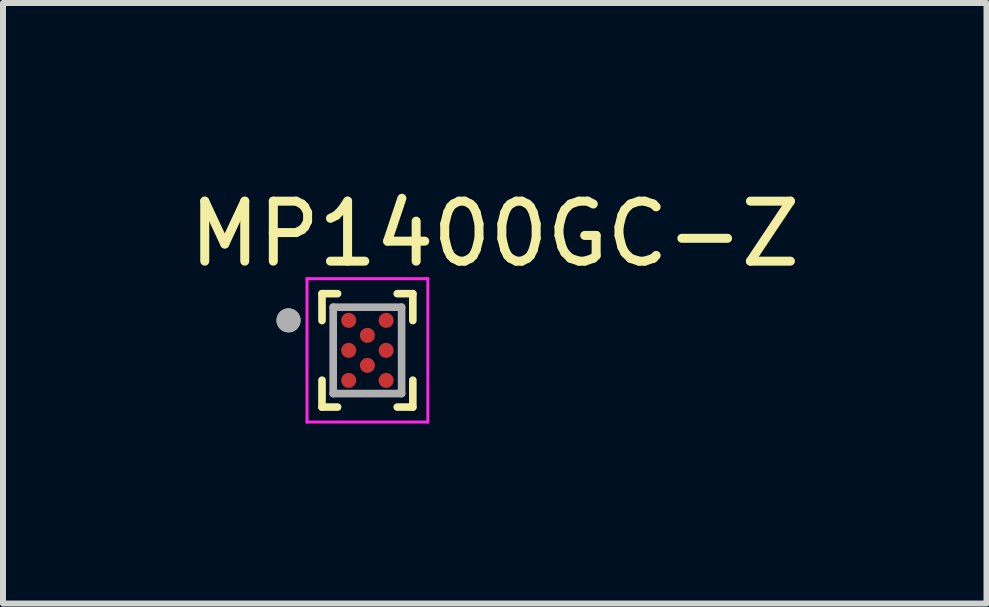
<source format=kicad_pcb>
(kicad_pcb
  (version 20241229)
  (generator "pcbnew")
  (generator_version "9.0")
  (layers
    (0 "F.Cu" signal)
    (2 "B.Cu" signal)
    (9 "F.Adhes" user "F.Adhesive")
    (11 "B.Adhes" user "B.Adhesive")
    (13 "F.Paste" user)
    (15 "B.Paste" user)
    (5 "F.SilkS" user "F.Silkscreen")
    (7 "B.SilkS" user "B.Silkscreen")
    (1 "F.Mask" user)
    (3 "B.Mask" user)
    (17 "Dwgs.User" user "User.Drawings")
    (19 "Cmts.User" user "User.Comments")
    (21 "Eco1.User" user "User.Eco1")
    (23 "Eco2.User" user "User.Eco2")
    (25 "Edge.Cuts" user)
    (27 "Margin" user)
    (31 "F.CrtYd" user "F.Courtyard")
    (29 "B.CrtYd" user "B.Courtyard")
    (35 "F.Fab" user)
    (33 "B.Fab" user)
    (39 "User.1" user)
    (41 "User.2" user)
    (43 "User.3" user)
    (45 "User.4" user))
  (footprint "MP1400GC-Z"
    (layer "F.Cu")
    (at 3.074 2.79)
    (property "Reference" "MP1400GC-Z" (at 2.122 -1.942 0) (layer "F.SilkS") (effects (font (size 1 1) (thickness 0.15))))
    (attr smd)
    (fp_poly (pts (xy -0.487 -0.5) (xy -0.487 -0.509) (xy -0.486 -0.518) (xy -0.485 -0.527) (xy -0.483 -0.536) (xy -0.481 -0.545) (xy -0.478 -0.554) (xy -0.475 -0.563) (xy -0.472 -0.571) (xy -0.468 -0.579) (xy -0.464 -0.588) (xy -0.459 -0.595) (xy -0.454 -0.603) (xy -0.448 -0.61) (xy -0.442 -0.617) (xy -0.436 -0.624) (xy -0.429 -0.63) (xy -0.422 -0.636) (xy -0.415 -0.642) (xy -0.407 -0.647) (xy -0.399 -0.652) (xy -0.391 -0.656) (xy -0.383 -0.66) (xy -0.375 -0.663) (xy -0.366 -0.666) (xy -0.357 -0.669) (xy -0.348 -0.671) (xy -0.339 -0.673) (xy -0.33 -0.674) (xy -0.321 -0.675) (xy -0.312 -0.675) (xy -0.303 -0.675) (xy -0.294 -0.674) (xy -0.285 -0.673) (xy -0.276 -0.671) (xy -0.267 -0.669) (xy -0.258 -0.666) (xy -0.249 -0.663) (xy -0.241 -0.66) (xy -0.233 -0.656) (xy -0.225 -0.652) (xy -0.217 -0.647) (xy -0.209 -0.642) (xy -0.202 -0.636) (xy -0.195 -0.63) (xy -0.188 -0.624) (xy -0.182 -0.617) (xy -0.176 -0.61) (xy -0.17 -0.603) (xy -0.165 -0.595) (xy -0.16 -0.588) (xy -0.156 -0.579) (xy -0.152 -0.571) (xy -0.149 -0.563) (xy -0.146 -0.554) (xy -0.143 -0.545) (xy -0.141 -0.536) (xy -0.139 -0.527) (xy -0.138 -0.518) (xy -0.137 -0.509) (xy -0.137 -0.5) (xy -0.137 -0.491) (xy -0.138 -0.482) (xy -0.139 -0.473) (xy -0.141 -0.464) (xy -0.143 -0.455) (xy -0.146 -0.446) (xy -0.149 -0.437) (xy -0.152 -0.429) (xy -0.156 -0.421) (xy -0.16 -0.412) (xy -0.165 -0.405) (xy -0.17 -0.397) (xy -0.176 -0.39) (xy -0.182 -0.383) (xy -0.188 -0.376) (xy -0.195 -0.37) (xy -0.202 -0.364) (xy -0.209 -0.358) (xy -0.217 -0.353) (xy -0.225 -0.348) (xy -0.233 -0.344) (xy -0.241 -0.34) (xy -0.249 -0.337) (xy -0.258 -0.334) (xy -0.267 -0.331) (xy -0.276 -0.329) (xy -0.285 -0.327) (xy -0.294 -0.326) (xy -0.303 -0.325) (xy -0.312 -0.325) (xy -0.321 -0.325) (xy -0.33 -0.326) (xy -0.339 -0.327) (xy -0.348 -0.329) (xy -0.357 -0.331) (xy -0.366 -0.334) (xy -0.375 -0.337) (xy -0.383 -0.34) (xy -0.391 -0.344) (xy -0.4 -0.348) (xy -0.407 -0.353) (xy -0.415 -0.358) (xy -0.422 -0.364) (xy -0.429 -0.37) (xy -0.436 -0.376) (xy -0.442 -0.383) (xy -0.448 -0.39) (xy -0.454 -0.397) (xy -0.459 -0.405) (xy -0.464 -0.412) (xy -0.468 -0.421) (xy -0.472 -0.429) (xy -0.475 -0.437) (xy -0.478 -0.446) (xy -0.481 -0.455) (xy -0.483 -0.464) (xy -0.485 -0.473) (xy -0.486 -0.482) (xy -0.487 -0.491) (xy -0.487 -0.5)) (stroke (width 0.001) (type solid)) (fill yes) (layer "F.Mask"))
    (fp_poly (pts (xy -0.487 0) (xy -0.487 -0.009) (xy -0.486 -0.018) (xy -0.485 -0.027) (xy -0.483 -0.036) (xy -0.481 -0.045) (xy -0.478 -0.054) (xy -0.475 -0.063) (xy -0.472 -0.071) (xy -0.468 -0.079) (xy -0.464 -0.087) (xy -0.459 -0.095) (xy -0.454 -0.103) (xy -0.448 -0.11) (xy -0.442 -0.117) (xy -0.436 -0.124) (xy -0.429 -0.13) (xy -0.422 -0.136) (xy -0.415 -0.142) (xy -0.407 -0.147) (xy -0.399 -0.152) (xy -0.391 -0.156) (xy -0.383 -0.16) (xy -0.375 -0.163) (xy -0.366 -0.166) (xy -0.357 -0.169) (xy -0.348 -0.171) (xy -0.339 -0.173) (xy -0.33 -0.174) (xy -0.321 -0.175) (xy -0.312 -0.175) (xy -0.303 -0.175) (xy -0.294 -0.174) (xy -0.285 -0.173) (xy -0.276 -0.171) (xy -0.267 -0.169) (xy -0.258 -0.166) (xy -0.249 -0.163) (xy -0.241 -0.16) (xy -0.233 -0.156) (xy -0.225 -0.152) (xy -0.217 -0.147) (xy -0.209 -0.142) (xy -0.202 -0.136) (xy -0.195 -0.13) (xy -0.188 -0.124) (xy -0.182 -0.117) (xy -0.176 -0.11) (xy -0.17 -0.103) (xy -0.165 -0.095) (xy -0.16 -0.087) (xy -0.156 -0.079) (xy -0.152 -0.071) (xy -0.149 -0.063) (xy -0.146 -0.054) (xy -0.143 -0.045) (xy -0.141 -0.036) (xy -0.139 -0.027) (xy -0.138 -0.018) (xy -0.137 -0.009) (xy -0.137 0) (xy -0.137 0.009) (xy -0.138 0.018) (xy -0.139 0.027) (xy -0.141 0.036) (xy -0.143 0.045) (xy -0.146 0.054) (xy -0.149 0.063) (xy -0.152 0.071) (xy -0.156 0.079) (xy -0.16 0.087) (xy -0.165 0.095) (xy -0.17 0.103) (xy -0.176 0.11) (xy -0.182 0.117) (xy -0.188 0.124) (xy -0.195 0.13) (xy -0.202 0.136) (xy -0.209 0.142) (xy -0.217 0.147) (xy -0.225 0.152) (xy -0.233 0.156) (xy -0.241 0.16) (xy -0.249 0.163) (xy -0.258 0.166) (xy -0.267 0.169) (xy -0.276 0.171) (xy -0.285 0.173) (xy -0.294 0.174) (xy -0.303 0.175) (xy -0.312 0.175) (xy -0.321 0.175) (xy -0.33 0.174) (xy -0.339 0.173) (xy -0.348 0.171) (xy -0.357 0.169) (xy -0.366 0.166) (xy -0.375 0.163) (xy -0.383 0.16) (xy -0.391 0.156) (xy -0.399 0.152) (xy -0.407 0.147) (xy -0.415 0.142) (xy -0.422 0.136) (xy -0.429 0.13) (xy -0.436 0.124) (xy -0.442 0.117) (xy -0.448 0.11) (xy -0.454 0.103) (xy -0.459 0.095) (xy -0.464 0.087) (xy -0.468 0.079) (xy -0.472 0.071) (xy -0.475 0.063) (xy -0.478 0.054) (xy -0.481 0.045) (xy -0.483 0.036) (xy -0.485 0.027) (xy -0.486 0.018) (xy -0.487 0.009) (xy -0.487 0)) (stroke (width 0.001) (type solid)) (fill yes) (layer "F.Mask"))
    (fp_poly (pts (xy -0.487 0.5) (xy -0.487 0.491) (xy -0.486 0.482) (xy -0.485 0.473) (xy -0.483 0.464) (xy -0.481 0.455) (xy -0.478 0.446) (xy -0.475 0.437) (xy -0.472 0.429) (xy -0.468 0.421) (xy -0.464 0.412) (xy -0.459 0.405) (xy -0.454 0.397) (xy -0.448 0.39) (xy -0.442 0.383) (xy -0.436 0.376) (xy -0.429 0.37) (xy -0.422 0.364) (xy -0.415 0.358) (xy -0.407 0.353) (xy -0.399 0.348) (xy -0.391 0.344) (xy -0.383 0.34) (xy -0.375 0.337) (xy -0.366 0.334) (xy -0.357 0.331) (xy -0.348 0.329) (xy -0.339 0.327) (xy -0.33 0.326) (xy -0.321 0.325) (xy -0.312 0.325) (xy -0.303 0.325) (xy -0.294 0.326) (xy -0.285 0.327) (xy -0.276 0.329) (xy -0.267 0.331) (xy -0.258 0.334) (xy -0.249 0.337) (xy -0.241 0.34) (xy -0.233 0.344) (xy -0.225 0.348) (xy -0.217 0.353) (xy -0.209 0.358) (xy -0.202 0.364) (xy -0.195 0.37) (xy -0.188 0.376) (xy -0.182 0.383) (xy -0.176 0.39) (xy -0.17 0.397) (xy -0.165 0.405) (xy -0.16 0.412) (xy -0.156 0.421) (xy -0.152 0.429) (xy -0.149 0.437) (xy -0.146 0.446) (xy -0.143 0.455) (xy -0.141 0.464) (xy -0.139 0.473) (xy -0.138 0.482) (xy -0.137 0.491) (xy -0.137 0.5) (xy -0.137 0.509) (xy -0.138 0.518) (xy -0.139 0.527) (xy -0.141 0.536) (xy -0.143 0.545) (xy -0.146 0.554) (xy -0.149 0.563) (xy -0.152 0.571) (xy -0.156 0.579) (xy -0.16 0.588) (xy -0.165 0.595) (xy -0.17 0.603) (xy -0.176 0.61) (xy -0.182 0.617) (xy -0.188 0.624) (xy -0.195 0.63) (xy -0.202 0.636) (xy -0.209 0.642) (xy -0.217 0.647) (xy -0.225 0.652) (xy -0.233 0.656) (xy -0.241 0.66) (xy -0.249 0.663) (xy -0.258 0.666) (xy -0.267 0.669) (xy -0.276 0.671) (xy -0.285 0.673) (xy -0.294 0.674) (xy -0.303 0.675) (xy -0.312 0.675) (xy -0.321 0.675) (xy -0.33 0.674) (xy -0.339 0.673) (xy -0.348 0.671) (xy -0.357 0.669) (xy -0.366 0.666) (xy -0.375 0.663) (xy -0.383 0.66) (xy -0.391 0.656) (xy -0.4 0.652) (xy -0.407 0.647) (xy -0.415 0.642) (xy -0.422 0.636) (xy -0.429 0.63) (xy -0.436 0.624) (xy -0.442 0.617) (xy -0.448 0.61) (xy -0.454 0.603) (xy -0.459 0.595) (xy -0.464 0.588) (xy -0.468 0.579) (xy -0.472 0.571) (xy -0.475 0.563) (xy -0.478 0.554) (xy -0.481 0.545) (xy -0.483 0.536) (xy -0.485 0.527) (xy -0.486 0.518) (xy -0.487 0.509) (xy -0.487 0.5)) (stroke (width 0.001) (type solid)) (fill yes) (layer "F.Mask"))
    (fp_poly (pts (xy -0.175 -0.25) (xy -0.175 -0.259) (xy -0.174 -0.268) (xy -0.173 -0.277) (xy -0.171 -0.286) (xy -0.169 -0.295) (xy -0.166 -0.304) (xy -0.163 -0.313) (xy -0.16 -0.321) (xy -0.156 -0.329) (xy -0.152 -0.338) (xy -0.147 -0.345) (xy -0.142 -0.353) (xy -0.136 -0.36) (xy -0.13 -0.367) (xy -0.124 -0.374) (xy -0.117 -0.38) (xy -0.11 -0.386) (xy -0.103 -0.392) (xy -0.095 -0.397) (xy -0.087 -0.402) (xy -0.079 -0.406) (xy -0.071 -0.41) (xy -0.063 -0.413) (xy -0.054 -0.416) (xy -0.045 -0.419) (xy -0.036 -0.421) (xy -0.027 -0.423) (xy -0.018 -0.424) (xy -0.009 -0.425) (xy 0 -0.425) (xy 0.009 -0.425) (xy 0.018 -0.424) (xy 0.027 -0.423) (xy 0.036 -0.421) (xy 0.045 -0.419) (xy 0.054 -0.416) (xy 0.063 -0.413) (xy 0.071 -0.41) (xy 0.079 -0.406) (xy 0.087 -0.402) (xy 0.095 -0.397) (xy 0.103 -0.392) (xy 0.11 -0.386) (xy 0.117 -0.38) (xy 0.124 -0.374) (xy 0.13 -0.367) (xy 0.136 -0.36) (xy 0.142 -0.353) (xy 0.147 -0.345) (xy 0.152 -0.338) (xy 0.156 -0.329) (xy 0.16 -0.321) (xy 0.163 -0.313) (xy 0.166 -0.304) (xy 0.169 -0.295) (xy 0.171 -0.286) (xy 0.173 -0.277) (xy 0.174 -0.268) (xy 0.175 -0.259) (xy 0.175 -0.25) (xy 0.175 -0.241) (xy 0.174 -0.232) (xy 0.173 -0.223) (xy 0.171 -0.214) (xy 0.169 -0.205) (xy 0.166 -0.196) (xy 0.163 -0.187) (xy 0.16 -0.179) (xy 0.156 -0.171) (xy 0.152 -0.163) (xy 0.147 -0.155) (xy 0.142 -0.147) (xy 0.136 -0.14) (xy 0.13 -0.133) (xy 0.124 -0.126) (xy 0.117 -0.12) (xy 0.11 -0.114) (xy 0.103 -0.108) (xy 0.095 -0.103) (xy 0.087 -0.098) (xy 0.079 -0.094) (xy 0.071 -0.09) (xy 0.063 -0.087) (xy 0.054 -0.084) (xy 0.045 -0.081) (xy 0.036 -0.079) (xy 0.027 -0.077) (xy 0.018 -0.076) (xy 0.009 -0.075) (xy 0 -0.075) (xy -0.009 -0.075) (xy -0.018 -0.076) (xy -0.027 -0.077) (xy -0.036 -0.079) (xy -0.045 -0.081) (xy -0.054 -0.084) (xy -0.063 -0.087) (xy -0.071 -0.09) (xy -0.079 -0.094) (xy -0.088 -0.098) (xy -0.095 -0.103) (xy -0.103 -0.108) (xy -0.11 -0.114) (xy -0.117 -0.12) (xy -0.124 -0.126) (xy -0.13 -0.133) (xy -0.136 -0.14) (xy -0.142 -0.147) (xy -0.147 -0.155) (xy -0.152 -0.162) (xy -0.156 -0.171) (xy -0.16 -0.179) (xy -0.163 -0.187) (xy -0.166 -0.196) (xy -0.169 -0.205) (xy -0.171 -0.214) (xy -0.173 -0.223) (xy -0.174 -0.232) (xy -0.175 -0.241) (xy -0.175 -0.25)) (stroke (width 0.001) (type solid)) (fill yes) (layer "F.Mask"))
    (fp_poly (pts (xy -0.175 0.25) (xy -0.175 0.241) (xy -0.174 0.232) (xy -0.173 0.223) (xy -0.171 0.214) (xy -0.169 0.205) (xy -0.166 0.196) (xy -0.163 0.187) (xy -0.16 0.179) (xy -0.156 0.171) (xy -0.152 0.163) (xy -0.147 0.155) (xy -0.142 0.147) (xy -0.136 0.14) (xy -0.13 0.133) (xy -0.124 0.126) (xy -0.117 0.12) (xy -0.11 0.114) (xy -0.103 0.108) (xy -0.095 0.103) (xy -0.087 0.098) (xy -0.079 0.094) (xy -0.071 0.09) (xy -0.063 0.087) (xy -0.054 0.084) (xy -0.045 0.081) (xy -0.036 0.079) (xy -0.027 0.077) (xy -0.018 0.076) (xy -0.009 0.075) (xy 0 0.075) (xy 0.009 0.075) (xy 0.018 0.076) (xy 0.027 0.077) (xy 0.036 0.079) (xy 0.045 0.081) (xy 0.054 0.084) (xy 0.063 0.087) (xy 0.071 0.09) (xy 0.079 0.094) (xy 0.087 0.098) (xy 0.095 0.103) (xy 0.103 0.108) (xy 0.11 0.114) (xy 0.117 0.12) (xy 0.124 0.126) (xy 0.13 0.133) (xy 0.136 0.14) (xy 0.142 0.147) (xy 0.147 0.155) (xy 0.152 0.163) (xy 0.156 0.171) (xy 0.16 0.179) (xy 0.163 0.187) (xy 0.166 0.196) (xy 0.169 0.205) (xy 0.171 0.214) (xy 0.173 0.223) (xy 0.174 0.232) (xy 0.175 0.241) (xy 0.175 0.25) (xy 0.175 0.259) (xy 0.174 0.268) (xy 0.173 0.277) (xy 0.171 0.286) (xy 0.169 0.295) (xy 0.166 0.304) (xy 0.163 0.313) (xy 0.16 0.321) (xy 0.156 0.329) (xy 0.152 0.338) (xy 0.147 0.345) (xy 0.142 0.353) (xy 0.136 0.36) (xy 0.13 0.367) (xy 0.124 0.374) (xy 0.117 0.38) (xy 0.11 0.386) (xy 0.103 0.392) (xy 0.095 0.397) (xy 0.087 0.402) (xy 0.079 0.406) (xy 0.071 0.41) (xy 0.063 0.413) (xy 0.054 0.416) (xy 0.045 0.419) (xy 0.036 0.421) (xy 0.027 0.423) (xy 0.018 0.424) (xy 0.009 0.425) (xy 0 0.425) (xy -0.009 0.425) (xy -0.018 0.424) (xy -0.027 0.423) (xy -0.036 0.421) (xy -0.045 0.419) (xy -0.054 0.416) (xy -0.063 0.413) (xy -0.071 0.41) (xy -0.079 0.406) (xy -0.088 0.402) (xy -0.095 0.397) (xy -0.103 0.392) (xy -0.11 0.386) (xy -0.117 0.38) (xy -0.124 0.374) (xy -0.13 0.367) (xy -0.136 0.36) (xy -0.142 0.353) (xy -0.147 0.345) (xy -0.152 0.338) (xy -0.156 0.329) (xy -0.16 0.321) (xy -0.163 0.313) (xy -0.166 0.304) (xy -0.169 0.295) (xy -0.171 0.286) (xy -0.173 0.277) (xy -0.174 0.268) (xy -0.175 0.259) (xy -0.175 0.25)) (stroke (width 0.001) (type solid)) (fill yes) (layer "F.Mask"))
    (fp_poly (pts (xy 0.137 -0.5) (xy 0.137 -0.509) (xy 0.138 -0.518) (xy 0.139 -0.527) (xy 0.141 -0.536) (xy 0.143 -0.545) (xy 0.146 -0.554) (xy 0.149 -0.563) (xy 0.152 -0.571) (xy 0.156 -0.579) (xy 0.16 -0.588) (xy 0.165 -0.595) (xy 0.17 -0.603) (xy 0.176 -0.61) (xy 0.182 -0.617) (xy 0.188 -0.624) (xy 0.195 -0.63) (xy 0.202 -0.636) (xy 0.209 -0.642) (xy 0.217 -0.647) (xy 0.225 -0.652) (xy 0.233 -0.656) (xy 0.241 -0.66) (xy 0.249 -0.663) (xy 0.258 -0.666) (xy 0.267 -0.669) (xy 0.276 -0.671) (xy 0.285 -0.673) (xy 0.294 -0.674) (xy 0.303 -0.675) (xy 0.312 -0.675) (xy 0.321 -0.675) (xy 0.33 -0.674) (xy 0.339 -0.673) (xy 0.348 -0.671) (xy 0.357 -0.669) (xy 0.366 -0.666) (xy 0.375 -0.663) (xy 0.383 -0.66) (xy 0.391 -0.656) (xy 0.399 -0.652) (xy 0.407 -0.647) (xy 0.415 -0.642) (xy 0.422 -0.636) (xy 0.429 -0.63) (xy 0.436 -0.624) (xy 0.442 -0.617) (xy 0.448 -0.61) (xy 0.454 -0.603) (xy 0.459 -0.595) (xy 0.464 -0.588) (xy 0.468 -0.579) (xy 0.472 -0.571) (xy 0.475 -0.563) (xy 0.478 -0.554) (xy 0.481 -0.545) (xy 0.483 -0.536) (xy 0.485 -0.527) (xy 0.486 -0.518) (xy 0.487 -0.509) (xy 0.487 -0.5) (xy 0.487 -0.491) (xy 0.486 -0.482) (xy 0.485 -0.473) (xy 0.483 -0.464) (xy 0.481 -0.455) (xy 0.478 -0.446) (xy 0.475 -0.437) (xy 0.472 -0.429) (xy 0.468 -0.421) (xy 0.464 -0.412) (xy 0.459 -0.405) (xy 0.454 -0.397) (xy 0.448 -0.39) (xy 0.442 -0.383) (xy 0.436 -0.376) (xy 0.429 -0.37) (xy 0.422 -0.364) (xy 0.415 -0.358) (xy 0.407 -0.353) (xy 0.399 -0.348) (xy 0.391 -0.344) (xy 0.383 -0.34) (xy 0.375 -0.337) (xy 0.366 -0.334) (xy 0.357 -0.331) (xy 0.348 -0.329) (xy 0.339 -0.327) (xy 0.33 -0.326) (xy 0.321 -0.325) (xy 0.312 -0.325) (xy 0.303 -0.325) (xy 0.294 -0.326) (xy 0.285 -0.327) (xy 0.276 -0.329) (xy 0.267 -0.331) (xy 0.258 -0.334) (xy 0.249 -0.337) (xy 0.241 -0.34) (xy 0.233 -0.344) (xy 0.224 -0.348) (xy 0.217 -0.353) (xy 0.209 -0.358) (xy 0.202 -0.364) (xy 0.195 -0.37) (xy 0.188 -0.376) (xy 0.182 -0.383) (xy 0.176 -0.39) (xy 0.17 -0.397) (xy 0.165 -0.405) (xy 0.16 -0.412) (xy 0.156 -0.421) (xy 0.152 -0.429) (xy 0.149 -0.437) (xy 0.146 -0.446) (xy 0.143 -0.455) (xy 0.141 -0.464) (xy 0.139 -0.473) (xy 0.138 -0.482) (xy 0.137 -0.491) (xy 0.137 -0.5)) (stroke (width 0.001) (type solid)) (fill yes) (layer "F.Mask"))
    (fp_poly (pts (xy 0.137 0) (xy 0.137 -0.009) (xy 0.138 -0.018) (xy 0.139 -0.027) (xy 0.141 -0.036) (xy 0.143 -0.045) (xy 0.146 -0.054) (xy 0.149 -0.063) (xy 0.152 -0.071) (xy 0.156 -0.079) (xy 0.16 -0.087) (xy 0.165 -0.095) (xy 0.17 -0.103) (xy 0.176 -0.11) (xy 0.182 -0.117) (xy 0.188 -0.124) (xy 0.195 -0.13) (xy 0.202 -0.136) (xy 0.209 -0.142) (xy 0.217 -0.147) (xy 0.225 -0.152) (xy 0.233 -0.156) (xy 0.241 -0.16) (xy 0.249 -0.163) (xy 0.258 -0.166) (xy 0.267 -0.169) (xy 0.276 -0.171) (xy 0.285 -0.173) (xy 0.294 -0.174) (xy 0.303 -0.175) (xy 0.312 -0.175) (xy 0.321 -0.175) (xy 0.33 -0.174) (xy 0.339 -0.173) (xy 0.348 -0.171) (xy 0.357 -0.169) (xy 0.366 -0.166) (xy 0.375 -0.163) (xy 0.383 -0.16) (xy 0.391 -0.156) (xy 0.399 -0.152) (xy 0.407 -0.147) (xy 0.415 -0.142) (xy 0.422 -0.136) (xy 0.429 -0.13) (xy 0.436 -0.124) (xy 0.442 -0.117) (xy 0.448 -0.11) (xy 0.454 -0.103) (xy 0.459 -0.095) (xy 0.464 -0.087) (xy 0.468 -0.079) (xy 0.472 -0.071) (xy 0.475 -0.063) (xy 0.478 -0.054) (xy 0.481 -0.045) (xy 0.483 -0.036) (xy 0.485 -0.027) (xy 0.486 -0.018) (xy 0.487 -0.009) (xy 0.487 0) (xy 0.487 0.009) (xy 0.486 0.018) (xy 0.485 0.027) (xy 0.483 0.036) (xy 0.481 0.045) (xy 0.478 0.054) (xy 0.475 0.063) (xy 0.472 0.071) (xy 0.468 0.079) (xy 0.464 0.087) (xy 0.459 0.095) (xy 0.454 0.103) (xy 0.448 0.11) (xy 0.442 0.117) (xy 0.436 0.124) (xy 0.429 0.13) (xy 0.422 0.136) (xy 0.415 0.142) (xy 0.407 0.147) (xy 0.399 0.152) (xy 0.391 0.156) (xy 0.383 0.16) (xy 0.375 0.163) (xy 0.366 0.166) (xy 0.357 0.169) (xy 0.348 0.171) (xy 0.339 0.173) (xy 0.33 0.174) (xy 0.321 0.175) (xy 0.312 0.175) (xy 0.303 0.175) (xy 0.294 0.174) (xy 0.285 0.173) (xy 0.276 0.171) (xy 0.267 0.169) (xy 0.258 0.166) (xy 0.249 0.163) (xy 0.241 0.16) (xy 0.233 0.156) (xy 0.225 0.152) (xy 0.217 0.147) (xy 0.209 0.142) (xy 0.202 0.136) (xy 0.195 0.13) (xy 0.188 0.124) (xy 0.182 0.117) (xy 0.176 0.11) (xy 0.17 0.103) (xy 0.165 0.095) (xy 0.16 0.087) (xy 0.156 0.079) (xy 0.152 0.071) (xy 0.149 0.063) (xy 0.146 0.054) (xy 0.143 0.045) (xy 0.141 0.036) (xy 0.139 0.027) (xy 0.138 0.018) (xy 0.137 0.009) (xy 0.137 0)) (stroke (width 0.001) (type solid)) (fill yes) (layer "F.Mask"))
    (fp_poly (pts (xy 0.137 0.5) (xy 0.137 0.491) (xy 0.138 0.482) (xy 0.139 0.473) (xy 0.141 0.464) (xy 0.143 0.455) (xy 0.146 0.446) (xy 0.149 0.437) (xy 0.152 0.429) (xy 0.156 0.421) (xy 0.16 0.412) (xy 0.165 0.405) (xy 0.17 0.397) (xy 0.176 0.39) (xy 0.182 0.383) (xy 0.188 0.376) (xy 0.195 0.37) (xy 0.202 0.364) (xy 0.209 0.358) (xy 0.217 0.353) (xy 0.225 0.348) (xy 0.233 0.344) (xy 0.241 0.34) (xy 0.249 0.337) (xy 0.258 0.334) (xy 0.267 0.331) (xy 0.276 0.329) (xy 0.285 0.327) (xy 0.294 0.326) (xy 0.303 0.325) (xy 0.312 0.325) (xy 0.321 0.325) (xy 0.33 0.326) (xy 0.339 0.327) (xy 0.348 0.329) (xy 0.357 0.331) (xy 0.366 0.334) (xy 0.375 0.337) (xy 0.383 0.34) (xy 0.391 0.344) (xy 0.399 0.348) (xy 0.407 0.353) (xy 0.415 0.358) (xy 0.422 0.364) (xy 0.429 0.37) (xy 0.436 0.376) (xy 0.442 0.383) (xy 0.448 0.39) (xy 0.454 0.397) (xy 0.459 0.405) (xy 0.464 0.412) (xy 0.468 0.421) (xy 0.472 0.429) (xy 0.475 0.437) (xy 0.478 0.446) (xy 0.481 0.455) (xy 0.483 0.464) (xy 0.485 0.473) (xy 0.486 0.482) (xy 0.487 0.491) (xy 0.487 0.5) (xy 0.487 0.509) (xy 0.486 0.518) (xy 0.485 0.527) (xy 0.483 0.536) (xy 0.481 0.545) (xy 0.478 0.554) (xy 0.475 0.563) (xy 0.472 0.571) (xy 0.468 0.579) (xy 0.464 0.588) (xy 0.459 0.595) (xy 0.454 0.603) (xy 0.448 0.61) (xy 0.442 0.617) (xy 0.436 0.624) (xy 0.429 0.63) (xy 0.422 0.636) (xy 0.415 0.642) (xy 0.407 0.647) (xy 0.399 0.652) (xy 0.391 0.656) (xy 0.383 0.66) (xy 0.375 0.663) (xy 0.366 0.666) (xy 0.357 0.669) (xy 0.348 0.671) (xy 0.339 0.673) (xy 0.33 0.674) (xy 0.321 0.675) (xy 0.312 0.675) (xy 0.303 0.675) (xy 0.294 0.674) (xy 0.285 0.673) (xy 0.276 0.671) (xy 0.267 0.669) (xy 0.258 0.666) (xy 0.249 0.663) (xy 0.241 0.66) (xy 0.233 0.656) (xy 0.224 0.652) (xy 0.217 0.647) (xy 0.209 0.642) (xy 0.202 0.636) (xy 0.195 0.63) (xy 0.188 0.624) (xy 0.182 0.617) (xy 0.176 0.61) (xy 0.17 0.603) (xy 0.165 0.595) (xy 0.16 0.588) (xy 0.156 0.579) (xy 0.152 0.571) (xy 0.149 0.563) (xy 0.146 0.554) (xy 0.143 0.545) (xy 0.141 0.536) (xy 0.139 0.527) (xy 0.138 0.518) (xy 0.137 0.509) (xy 0.137 0.5)) (stroke (width 0.001) (type solid)) (fill yes) (layer "F.Mask"))
    (fp_line (start -0.757 -0.945) (end -0.757 -0.497) (stroke (width 0.127) (type solid)) (layer "F.SilkS"))
    (fp_line (start -0.757 -0.945) (end -0.497 -0.945) (stroke (width 0.127) (type solid)) (layer "F.SilkS"))
    (fp_line (start -0.757 0.945) (end -0.757 0.497) (stroke (width 0.127) (type solid)) (layer "F.SilkS"))
    (fp_line (start -0.757 0.945) (end -0.497 0.945) (stroke (width 0.127) (type solid)) (layer "F.SilkS"))
    (fp_line (start 0.757 -0.945) (end 0.497 -0.945) (stroke (width 0.127) (type solid)) (layer "F.SilkS"))
    (fp_line (start 0.757 -0.945) (end 0.757 -0.497) (stroke (width 0.127) (type solid)) (layer "F.SilkS"))
    (fp_line (start 0.757 0.945) (end 0.497 0.945) (stroke (width 0.127) (type solid)) (layer "F.SilkS"))
    (fp_line (start 0.757 0.945) (end 0.757 0.497) (stroke (width 0.127) (type solid)) (layer "F.SilkS"))
    (fp_circle (center -1.315 -0.5) (end -1.215 -0.5) (stroke (width 0.2) (type solid)) (fill no) (layer "F.SilkS"))
    (fp_line (start -1.007 -1.195) (end 1.007 -1.195) (stroke (width 0.05) (type solid)) (layer "F.CrtYd"))
    (fp_line (start -1.007 1.195) (end -1.007 -1.195) (stroke (width 0.05) (type solid)) (layer "F.CrtYd"))
    (fp_line (start -1.007 1.195) (end 1.007 1.195) (stroke (width 0.05) (type solid)) (layer "F.CrtYd"))
    (fp_line (start 1.007 1.195) (end 1.007 -1.195) (stroke (width 0.05) (type solid)) (layer "F.CrtYd"))
    (fp_line (start -0.57 0.72) (end -0.57 -0.72) (stroke (width 0.127) (type solid)) (layer "F.Fab"))
    (fp_line (start 0.57 -0.72) (end -0.57 -0.72) (stroke (width 0.127) (type solid)) (layer "F.Fab"))
    (fp_line (start 0.57 0.72) (end -0.57 0.72) (stroke (width 0.127) (type solid)) (layer "F.Fab"))
    (fp_line (start 0.57 0.72) (end 0.57 -0.72) (stroke (width 0.127) (type solid)) (layer "F.Fab"))
    (fp_circle (center -1.315 -0.5) (end -1.215 -0.5) (stroke (width 0.2) (type solid)) (fill no) (layer "F.Fab"))
    (pad "A1" smd circle (at -0.312 -0.5) (size 0.25 0.25) (layers "F.Cu" "F.Paste"))
    (pad "A3" smd circle (at 0.312 -0.5) (size 0.25 0.25) (layers "F.Cu" "F.Paste"))
    (pad "B2" smd circle (at 0 -0.25) (size 0.25 0.25) (layers "F.Cu" "F.Paste"))
    (pad "C1" smd circle (at -0.312 0) (size 0.25 0.25) (layers "F.Cu" "F.Paste"))
    (pad "C3" smd circle (at 0.312 0) (size 0.25 0.25) (layers "F.Cu" "F.Paste"))
    (pad "D2" smd circle (at 0 0.25) (size 0.25 0.25) (layers "F.Cu" "F.Paste"))
    (pad "E1" smd circle (at -0.312 0.5) (size 0.25 0.25) (layers "F.Cu" "F.Paste"))
    (pad "E3" smd circle (at 0.312 0.5) (size 0.25 0.25) (layers "F.Cu" "F.Paste")))
  (gr_rect
    (start -3 -3)
    (end 13.393 7.01)
    (stroke (width 0.1) (type default))
    (fill no)
    (layer "Edge.Cuts")))
</source>
